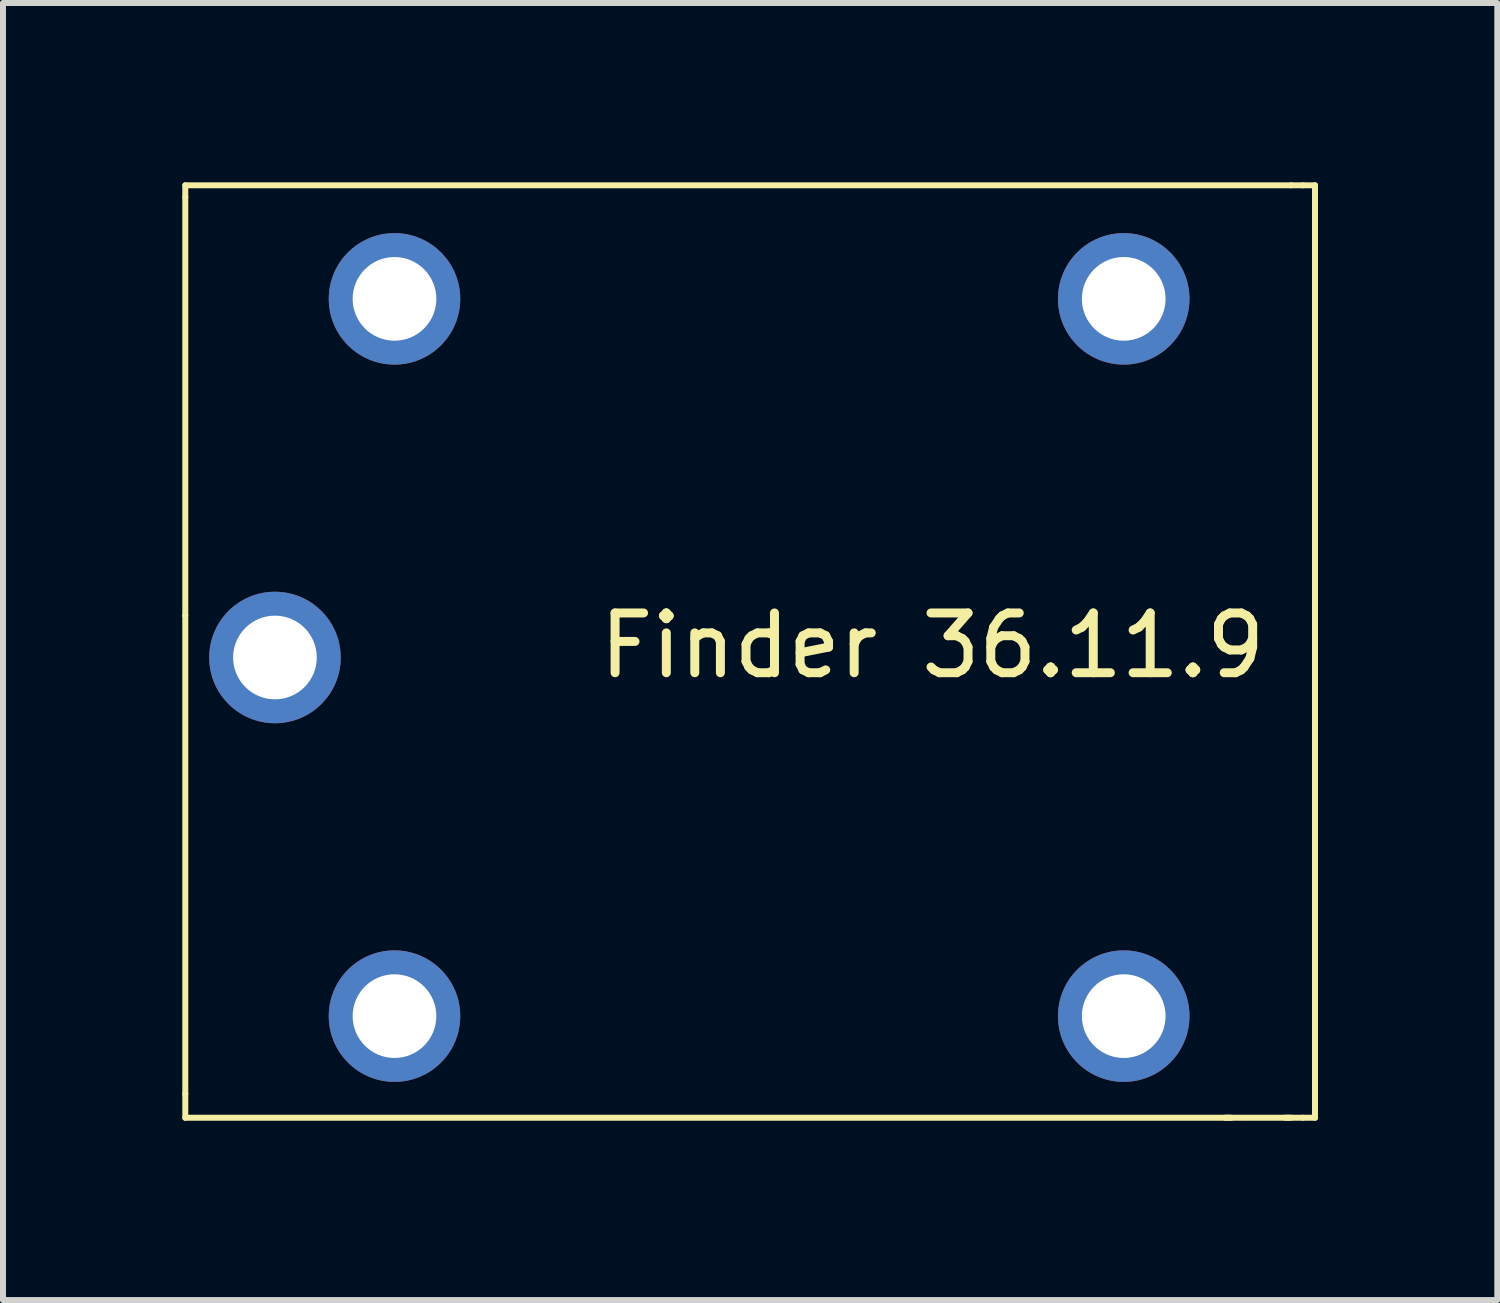
<source format=kicad_pcb>
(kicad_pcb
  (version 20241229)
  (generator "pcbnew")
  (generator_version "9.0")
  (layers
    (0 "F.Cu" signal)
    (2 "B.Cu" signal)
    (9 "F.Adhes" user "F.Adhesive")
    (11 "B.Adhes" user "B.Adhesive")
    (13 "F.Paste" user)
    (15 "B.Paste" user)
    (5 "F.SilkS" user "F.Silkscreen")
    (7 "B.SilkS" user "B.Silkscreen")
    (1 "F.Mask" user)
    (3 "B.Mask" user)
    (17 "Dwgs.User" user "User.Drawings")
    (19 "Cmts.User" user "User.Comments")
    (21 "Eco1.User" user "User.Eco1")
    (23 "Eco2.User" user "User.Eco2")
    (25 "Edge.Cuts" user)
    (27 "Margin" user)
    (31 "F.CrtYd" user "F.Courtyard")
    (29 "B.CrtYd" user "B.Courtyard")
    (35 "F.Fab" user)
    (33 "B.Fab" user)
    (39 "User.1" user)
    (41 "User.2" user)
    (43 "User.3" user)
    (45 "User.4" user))
  (footprint "Finder 36.11.9"
    (layer "F.Cu")
    (at 5.55 3.25)
    (property "Reference" "Finder 36.11.9" (at 7 4.5 0) (layer "F.SilkS") (effects (font (size 1 1) (thickness 0.15))))
    (attr through_hole)
    (fp_line (start -5.5 -3.2) (end -5.5 -3) (stroke (width 0.1) (type solid)) (layer "F.SilkS"))
    (fp_line (start -5.5 -3.2) (end 13 -3.2) (stroke (width 0.1) (type solid)) (layer "F.SilkS"))
    (fp_line (start -5.5 4) (end -5.5 -3) (stroke (width 0.1) (type solid)) (layer "F.SilkS"))
    (fp_line (start -5.5 12) (end -5.5 4) (stroke (width 0.1) (type solid)) (layer "F.SilkS"))
    (fp_line (start -5.5 12) (end -5.5 12.4) (stroke (width 0.1) (type solid)) (layer "F.SilkS"))
    (fp_line (start 12 12.4) (end -5.5 12.4) (stroke (width 0.1) (type solid)) (layer "F.SilkS"))
    (fp_line (start 13 -3.2) (end 13.2 -3.2) (stroke (width 0.1) (type solid)) (layer "F.SilkS"))
    (fp_line (start 13 12.4) (end 11.9 12.4) (stroke (width 0.1) (type solid)) (layer "F.SilkS"))
    (fp_line (start 13.2 -3.2) (end 13.4 -3.2) (stroke (width 0.1) (type solid)) (layer "F.SilkS"))
    (fp_line (start 13.2 12.4) (end 12.9 12.4) (stroke (width 0.1) (type solid)) (layer "F.SilkS"))
    (fp_line (start 13.4 -3.2) (end 13.4 12.4) (stroke (width 0.1) (type solid)) (layer "F.SilkS"))
    (fp_line (start 13.4 12.4) (end 13.2 12.4) (stroke (width 0.1) (type solid)) (layer "F.SilkS"))
    (pad "11" thru_hole circle (at -4 4.7) (size 2.2 2.2) (drill 1.4) (layers "*.Cu" "*.Mask"))
    (pad "12" thru_hole circle (at 10.2 10.7) (size 2.2 2.2) (drill 1.4) (layers "*.Cu" "*.Mask"))
    (pad "14" thru_hole circle (at 10.2 -1.3) (size 2.2 2.2) (drill 1.4) (layers "*.Cu" "*.Mask"))
    (pad "A1" thru_hole circle (at -2 -1.3) (size 2.2 2.2) (drill 1.4) (layers "*.Cu" "*.Mask"))
    (pad "A2" thru_hole circle (at -2 10.7) (size 2.2 2.2) (drill 1.4) (layers "*.Cu" "*.Mask")))
  (gr_rect
    (start -3 -3)
    (end 22 18.7)
    (stroke (width 0.1) (type default))
    (fill no)
    (layer "Edge.Cuts")))
</source>
